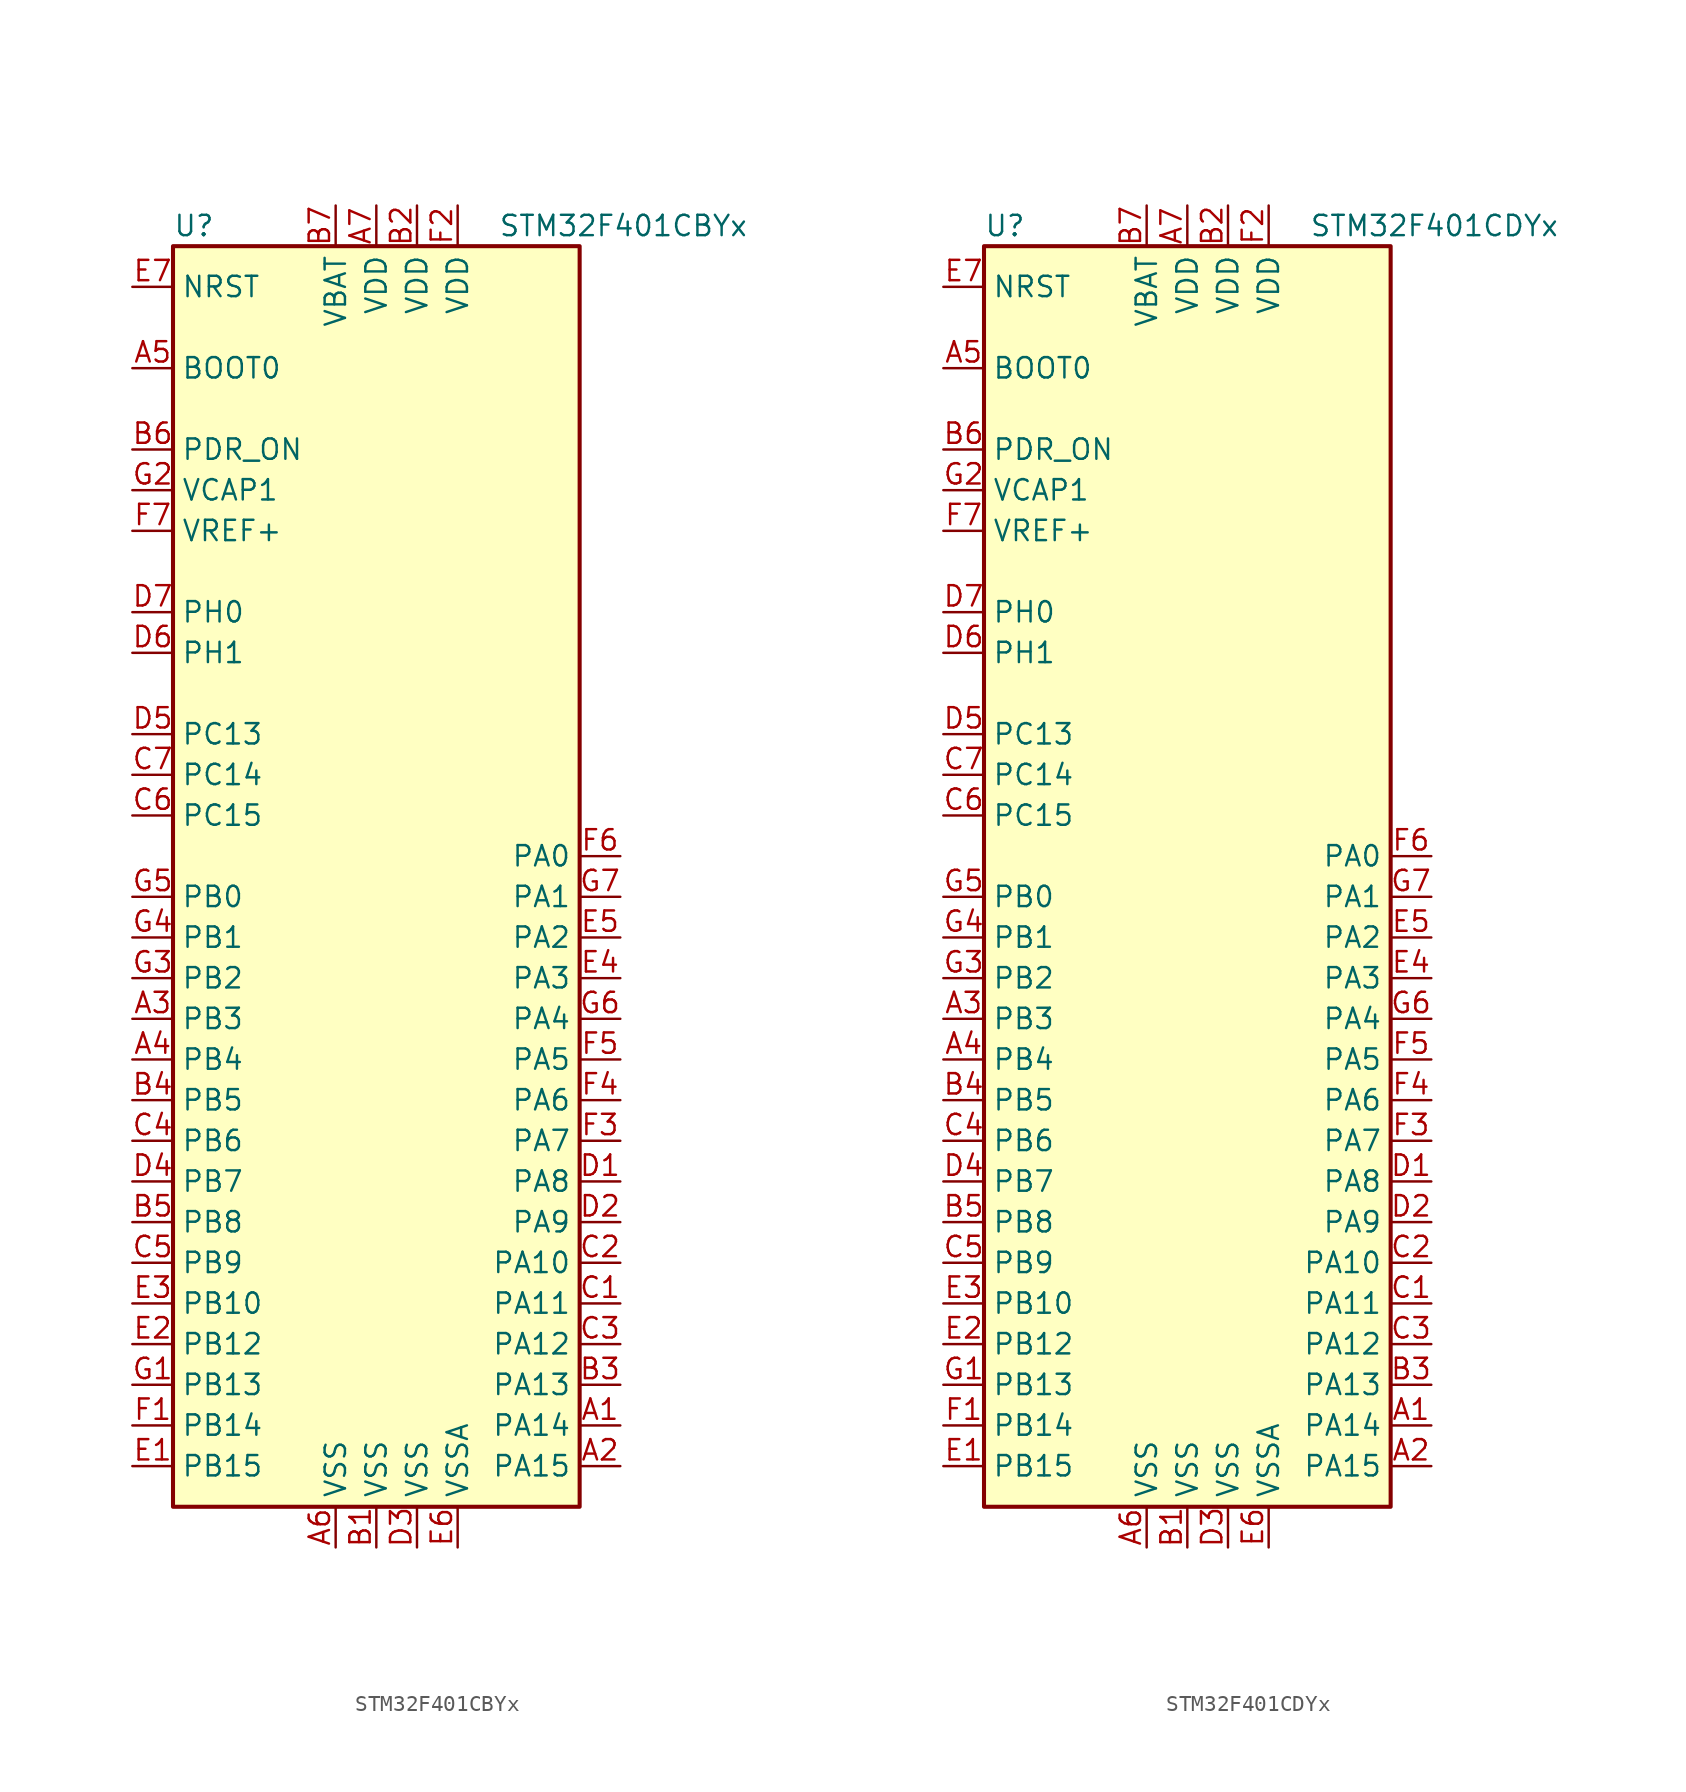
<source format=kicad_sym>
(kicad_symbol_lib
  (version 20211014)
  (generator kicad_symbol_editor)
  (symbol "STM32F401CBYx"
    (property "Reference" "U"
      (at -12.7 39.37 0)
      (effects (font (size 1.27 1.27)) (justify left)))
    (property "Value" "STM32F401CBYx"
      (at 7.62 39.37 0)
      (effects (font (size 1.27 1.27)) (justify left)))
    (symbol "STM32F401CBYx_0_1"
      (rectangle (start -12.7 -40.64) (end 12.7 38.1) (stroke (width 0.254) (type default) (color 0 0 0 0)) (fill (type background))))
    (symbol "STM32F401CBYx_1_1"
      (pin bidirectional line (at 15.24 -35.56 180) (length 2.54) (name "PA14" (effects (font (size 1.27 1.27)))) (number "A1" (effects (font (size 1.27 1.27)))))
      (pin bidirectional line (at 15.24 -38.1 180) (length 2.54) (name "PA15" (effects (font (size 1.27 1.27)))) (number "A2" (effects (font (size 1.27 1.27)))))
      (pin bidirectional line (at -15.24 -10.16 0) (length 2.54) (name "PB3" (effects (font (size 1.27 1.27)))) (number "A3" (effects (font (size 1.27 1.27)))))
      (pin bidirectional line (at -15.24 -12.7 0) (length 2.54) (name "PB4" (effects (font (size 1.27 1.27)))) (number "A4" (effects (font (size 1.27 1.27)))))
      (pin input line (at -15.24 30.48 0) (length 2.54) (name "BOOT0" (effects (font (size 1.27 1.27)))) (number "A5" (effects (font (size 1.27 1.27)))))
      (pin power_in line (at -2.54 -43.18 90) (length 2.54) (name "VSS" (effects (font (size 1.27 1.27)))) (number "A6" (effects (font (size 1.27 1.27)))))
      (pin power_in line (at 0 40.64 270) (length 2.54) (name "VDD" (effects (font (size 1.27 1.27)))) (number "A7" (effects (font (size 1.27 1.27)))))
      (pin power_in line (at 0 -43.18 90) (length 2.54) (name "VSS" (effects (font (size 1.27 1.27)))) (number "B1" (effects (font (size 1.27 1.27)))))
      (pin power_in line (at 2.54 40.64 270) (length 2.54) (name "VDD" (effects (font (size 1.27 1.27)))) (number "B2" (effects (font (size 1.27 1.27)))))
      (pin bidirectional line (at 15.24 -33.02 180) (length 2.54) (name "PA13" (effects (font (size 1.27 1.27)))) (number "B3" (effects (font (size 1.27 1.27)))))
      (pin bidirectional line (at -15.24 -15.24 0) (length 2.54) (name "PB5" (effects (font (size 1.27 1.27)))) (number "B4" (effects (font (size 1.27 1.27)))))
      (pin bidirectional line (at -15.24 -22.86 0) (length 2.54) (name "PB8" (effects (font (size 1.27 1.27)))) (number "B5" (effects (font (size 1.27 1.27)))))
      (pin power_in line (at -15.24 25.4 0) (length 2.54) (name "PDR_ON" (effects (font (size 1.27 1.27)))) (number "B6" (effects (font (size 1.27 1.27)))))
      (pin power_in line (at -2.54 40.64 270) (length 2.54) (name "VBAT" (effects (font (size 1.27 1.27)))) (number "B7" (effects (font (size 1.27 1.27)))))
      (pin bidirectional line (at 15.24 -27.94 180) (length 2.54) (name "PA11" (effects (font (size 1.27 1.27)))) (number "C1" (effects (font (size 1.27 1.27)))))
      (pin bidirectional line (at 15.24 -25.4 180) (length 2.54) (name "PA10" (effects (font (size 1.27 1.27)))) (number "C2" (effects (font (size 1.27 1.27)))))
      (pin bidirectional line (at 15.24 -30.48 180) (length 2.54) (name "PA12" (effects (font (size 1.27 1.27)))) (number "C3" (effects (font (size 1.27 1.27)))))
      (pin bidirectional line (at -15.24 -17.78 0) (length 2.54) (name "PB6" (effects (font (size 1.27 1.27)))) (number "C4" (effects (font (size 1.27 1.27)))))
      (pin bidirectional line (at -15.24 -25.4 0) (length 2.54) (name "PB9" (effects (font (size 1.27 1.27)))) (number "C5" (effects (font (size 1.27 1.27)))))
      (pin bidirectional line (at -15.24 2.54 0) (length 2.54) (name "PC15" (effects (font (size 1.27 1.27)))) (number "C6" (effects (font (size 1.27 1.27)))))
      (pin bidirectional line (at -15.24 5.08 0) (length 2.54) (name "PC14" (effects (font (size 1.27 1.27)))) (number "C7" (effects (font (size 1.27 1.27)))))
      (pin bidirectional line (at 15.24 -20.32 180) (length 2.54) (name "PA8" (effects (font (size 1.27 1.27)))) (number "D1" (effects (font (size 1.27 1.27)))))
      (pin bidirectional line (at 15.24 -22.86 180) (length 2.54) (name "PA9" (effects (font (size 1.27 1.27)))) (number "D2" (effects (font (size 1.27 1.27)))))
      (pin power_in line (at 2.54 -43.18 90) (length 2.54) (name "VSS" (effects (font (size 1.27 1.27)))) (number "D3" (effects (font (size 1.27 1.27)))))
      (pin bidirectional line (at -15.24 -20.32 0) (length 2.54) (name "PB7" (effects (font (size 1.27 1.27)))) (number "D4" (effects (font (size 1.27 1.27)))))
      (pin bidirectional line (at -15.24 7.62 0) (length 2.54) (name "PC13" (effects (font (size 1.27 1.27)))) (number "D5" (effects (font (size 1.27 1.27)))))
      (pin input line (at -15.24 12.7 0) (length 2.54) (name "PH1" (effects (font (size 1.27 1.27)))) (number "D6" (effects (font (size 1.27 1.27)))))
      (pin input line (at -15.24 15.24 0) (length 2.54) (name "PH0" (effects (font (size 1.27 1.27)))) (number "D7" (effects (font (size 1.27 1.27)))))
      (pin bidirectional line (at -15.24 -38.1 0) (length 2.54) (name "PB15" (effects (font (size 1.27 1.27)))) (number "E1" (effects (font (size 1.27 1.27)))))
      (pin bidirectional line (at -15.24 -30.48 0) (length 2.54) (name "PB12" (effects (font (size 1.27 1.27)))) (number "E2" (effects (font (size 1.27 1.27)))))
      (pin bidirectional line (at -15.24 -27.94 0) (length 2.54) (name "PB10" (effects (font (size 1.27 1.27)))) (number "E3" (effects (font (size 1.27 1.27)))))
      (pin bidirectional line (at 15.24 -7.62 180) (length 2.54) (name "PA3" (effects (font (size 1.27 1.27)))) (number "E4" (effects (font (size 1.27 1.27)))))
      (pin bidirectional line (at 15.24 -5.08 180) (length 2.54) (name "PA2" (effects (font (size 1.27 1.27)))) (number "E5" (effects (font (size 1.27 1.27)))))
      (pin power_in line (at 5.08 -43.18 90) (length 2.54) (name "VSSA" (effects (font (size 1.27 1.27)))) (number "E6" (effects (font (size 1.27 1.27)))))
      (pin input line (at -15.24 35.56 0) (length 2.54) (name "NRST" (effects (font (size 1.27 1.27)))) (number "E7" (effects (font (size 1.27 1.27)))))
      (pin bidirectional line (at -15.24 -35.56 0) (length 2.54) (name "PB14" (effects (font (size 1.27 1.27)))) (number "F1" (effects (font (size 1.27 1.27)))))
      (pin power_in line (at 5.08 40.64 270) (length 2.54) (name "VDD" (effects (font (size 1.27 1.27)))) (number "F2" (effects (font (size 1.27 1.27)))))
      (pin bidirectional line (at 15.24 -17.78 180) (length 2.54) (name "PA7" (effects (font (size 1.27 1.27)))) (number "F3" (effects (font (size 1.27 1.27)))))
      (pin bidirectional line (at 15.24 -15.24 180) (length 2.54) (name "PA6" (effects (font (size 1.27 1.27)))) (number "F4" (effects (font (size 1.27 1.27)))))
      (pin bidirectional line (at 15.24 -12.7 180) (length 2.54) (name "PA5" (effects (font (size 1.27 1.27)))) (number "F5" (effects (font (size 1.27 1.27)))))
      (pin bidirectional line (at 15.24 0 180) (length 2.54) (name "PA0" (effects (font (size 1.27 1.27)))) (number "F6" (effects (font (size 1.27 1.27)))))
      (pin power_in line (at -15.24 20.32 0) (length 2.54) (name "VREF+" (effects (font (size 1.27 1.27)))) (number "F7" (effects (font (size 1.27 1.27)))))
      (pin bidirectional line (at -15.24 -33.02 0) (length 2.54) (name "PB13" (effects (font (size 1.27 1.27)))) (number "G1" (effects (font (size 1.27 1.27)))))
      (pin power_in line (at -15.24 22.86 0) (length 2.54) (name "VCAP1" (effects (font (size 1.27 1.27)))) (number "G2" (effects (font (size 1.27 1.27)))))
      (pin bidirectional line (at -15.24 -7.62 0) (length 2.54) (name "PB2" (effects (font (size 1.27 1.27)))) (number "G3" (effects (font (size 1.27 1.27)))))
      (pin bidirectional line (at -15.24 -5.08 0) (length 2.54) (name "PB1" (effects (font (size 1.27 1.27)))) (number "G4" (effects (font (size 1.27 1.27)))))
      (pin bidirectional line (at -15.24 -2.54 0) (length 2.54) (name "PB0" (effects (font (size 1.27 1.27)))) (number "G5" (effects (font (size 1.27 1.27)))))
      (pin bidirectional line (at 15.24 -10.16 180) (length 2.54) (name "PA4" (effects (font (size 1.27 1.27)))) (number "G6" (effects (font (size 1.27 1.27)))))
      (pin bidirectional line (at 15.24 -2.54 180) (length 2.54) (name "PA1" (effects (font (size 1.27 1.27)))) (number "G7" (effects (font (size 1.27 1.27)))))))
  (symbol "STM32F401CDYx"
    (property "Reference" "U"
      (at -12.7 39.37 0)
      (effects (font (size 1.27 1.27)) (justify left)))
    (property "Value" "STM32F401CDYx"
      (at 7.62 39.37 0)
      (effects (font (size 1.27 1.27)) (justify left)))
    (symbol "STM32F401CDYx_0_1"
      (rectangle (start -12.7 -40.64) (end 12.7 38.1) (stroke (width 0.254) (type default) (color 0 0 0 0)) (fill (type background))))
    (symbol "STM32F401CDYx_1_1"
      (pin bidirectional line (at 15.24 -35.56 180) (length 2.54) (name "PA14" (effects (font (size 1.27 1.27)))) (number "A1" (effects (font (size 1.27 1.27)))))
      (pin bidirectional line (at 15.24 -38.1 180) (length 2.54) (name "PA15" (effects (font (size 1.27 1.27)))) (number "A2" (effects (font (size 1.27 1.27)))))
      (pin bidirectional line (at -15.24 -10.16 0) (length 2.54) (name "PB3" (effects (font (size 1.27 1.27)))) (number "A3" (effects (font (size 1.27 1.27)))))
      (pin bidirectional line (at -15.24 -12.7 0) (length 2.54) (name "PB4" (effects (font (size 1.27 1.27)))) (number "A4" (effects (font (size 1.27 1.27)))))
      (pin input line (at -15.24 30.48 0) (length 2.54) (name "BOOT0" (effects (font (size 1.27 1.27)))) (number "A5" (effects (font (size 1.27 1.27)))))
      (pin power_in line (at -2.54 -43.18 90) (length 2.54) (name "VSS" (effects (font (size 1.27 1.27)))) (number "A6" (effects (font (size 1.27 1.27)))))
      (pin power_in line (at 0 40.64 270) (length 2.54) (name "VDD" (effects (font (size 1.27 1.27)))) (number "A7" (effects (font (size 1.27 1.27)))))
      (pin power_in line (at 0 -43.18 90) (length 2.54) (name "VSS" (effects (font (size 1.27 1.27)))) (number "B1" (effects (font (size 1.27 1.27)))))
      (pin power_in line (at 2.54 40.64 270) (length 2.54) (name "VDD" (effects (font (size 1.27 1.27)))) (number "B2" (effects (font (size 1.27 1.27)))))
      (pin bidirectional line (at 15.24 -33.02 180) (length 2.54) (name "PA13" (effects (font (size 1.27 1.27)))) (number "B3" (effects (font (size 1.27 1.27)))))
      (pin bidirectional line (at -15.24 -15.24 0) (length 2.54) (name "PB5" (effects (font (size 1.27 1.27)))) (number "B4" (effects (font (size 1.27 1.27)))))
      (pin bidirectional line (at -15.24 -22.86 0) (length 2.54) (name "PB8" (effects (font (size 1.27 1.27)))) (number "B5" (effects (font (size 1.27 1.27)))))
      (pin power_in line (at -15.24 25.4 0) (length 2.54) (name "PDR_ON" (effects (font (size 1.27 1.27)))) (number "B6" (effects (font (size 1.27 1.27)))))
      (pin power_in line (at -2.54 40.64 270) (length 2.54) (name "VBAT" (effects (font (size 1.27 1.27)))) (number "B7" (effects (font (size 1.27 1.27)))))
      (pin bidirectional line (at 15.24 -27.94 180) (length 2.54) (name "PA11" (effects (font (size 1.27 1.27)))) (number "C1" (effects (font (size 1.27 1.27)))))
      (pin bidirectional line (at 15.24 -25.4 180) (length 2.54) (name "PA10" (effects (font (size 1.27 1.27)))) (number "C2" (effects (font (size 1.27 1.27)))))
      (pin bidirectional line (at 15.24 -30.48 180) (length 2.54) (name "PA12" (effects (font (size 1.27 1.27)))) (number "C3" (effects (font (size 1.27 1.27)))))
      (pin bidirectional line (at -15.24 -17.78 0) (length 2.54) (name "PB6" (effects (font (size 1.27 1.27)))) (number "C4" (effects (font (size 1.27 1.27)))))
      (pin bidirectional line (at -15.24 -25.4 0) (length 2.54) (name "PB9" (effects (font (size 1.27 1.27)))) (number "C5" (effects (font (size 1.27 1.27)))))
      (pin bidirectional line (at -15.24 2.54 0) (length 2.54) (name "PC15" (effects (font (size 1.27 1.27)))) (number "C6" (effects (font (size 1.27 1.27)))))
      (pin bidirectional line (at -15.24 5.08 0) (length 2.54) (name "PC14" (effects (font (size 1.27 1.27)))) (number "C7" (effects (font (size 1.27 1.27)))))
      (pin bidirectional line (at 15.24 -20.32 180) (length 2.54) (name "PA8" (effects (font (size 1.27 1.27)))) (number "D1" (effects (font (size 1.27 1.27)))))
      (pin bidirectional line (at 15.24 -22.86 180) (length 2.54) (name "PA9" (effects (font (size 1.27 1.27)))) (number "D2" (effects (font (size 1.27 1.27)))))
      (pin power_in line (at 2.54 -43.18 90) (length 2.54) (name "VSS" (effects (font (size 1.27 1.27)))) (number "D3" (effects (font (size 1.27 1.27)))))
      (pin bidirectional line (at -15.24 -20.32 0) (length 2.54) (name "PB7" (effects (font (size 1.27 1.27)))) (number "D4" (effects (font (size 1.27 1.27)))))
      (pin bidirectional line (at -15.24 7.62 0) (length 2.54) (name "PC13" (effects (font (size 1.27 1.27)))) (number "D5" (effects (font (size 1.27 1.27)))))
      (pin input line (at -15.24 12.7 0) (length 2.54) (name "PH1" (effects (font (size 1.27 1.27)))) (number "D6" (effects (font (size 1.27 1.27)))))
      (pin input line (at -15.24 15.24 0) (length 2.54) (name "PH0" (effects (font (size 1.27 1.27)))) (number "D7" (effects (font (size 1.27 1.27)))))
      (pin bidirectional line (at -15.24 -38.1 0) (length 2.54) (name "PB15" (effects (font (size 1.27 1.27)))) (number "E1" (effects (font (size 1.27 1.27)))))
      (pin bidirectional line (at -15.24 -30.48 0) (length 2.54) (name "PB12" (effects (font (size 1.27 1.27)))) (number "E2" (effects (font (size 1.27 1.27)))))
      (pin bidirectional line (at -15.24 -27.94 0) (length 2.54) (name "PB10" (effects (font (size 1.27 1.27)))) (number "E3" (effects (font (size 1.27 1.27)))))
      (pin bidirectional line (at 15.24 -7.62 180) (length 2.54) (name "PA3" (effects (font (size 1.27 1.27)))) (number "E4" (effects (font (size 1.27 1.27)))))
      (pin bidirectional line (at 15.24 -5.08 180) (length 2.54) (name "PA2" (effects (font (size 1.27 1.27)))) (number "E5" (effects (font (size 1.27 1.27)))))
      (pin power_in line (at 5.08 -43.18 90) (length 2.54) (name "VSSA" (effects (font (size 1.27 1.27)))) (number "E6" (effects (font (size 1.27 1.27)))))
      (pin input line (at -15.24 35.56 0) (length 2.54) (name "NRST" (effects (font (size 1.27 1.27)))) (number "E7" (effects (font (size 1.27 1.27)))))
      (pin bidirectional line (at -15.24 -35.56 0) (length 2.54) (name "PB14" (effects (font (size 1.27 1.27)))) (number "F1" (effects (font (size 1.27 1.27)))))
      (pin power_in line (at 5.08 40.64 270) (length 2.54) (name "VDD" (effects (font (size 1.27 1.27)))) (number "F2" (effects (font (size 1.27 1.27)))))
      (pin bidirectional line (at 15.24 -17.78 180) (length 2.54) (name "PA7" (effects (font (size 1.27 1.27)))) (number "F3" (effects (font (size 1.27 1.27)))))
      (pin bidirectional line (at 15.24 -15.24 180) (length 2.54) (name "PA6" (effects (font (size 1.27 1.27)))) (number "F4" (effects (font (size 1.27 1.27)))))
      (pin bidirectional line (at 15.24 -12.7 180) (length 2.54) (name "PA5" (effects (font (size 1.27 1.27)))) (number "F5" (effects (font (size 1.27 1.27)))))
      (pin bidirectional line (at 15.24 0 180) (length 2.54) (name "PA0" (effects (font (size 1.27 1.27)))) (number "F6" (effects (font (size 1.27 1.27)))))
      (pin power_in line (at -15.24 20.32 0) (length 2.54) (name "VREF+" (effects (font (size 1.27 1.27)))) (number "F7" (effects (font (size 1.27 1.27)))))
      (pin bidirectional line (at -15.24 -33.02 0) (length 2.54) (name "PB13" (effects (font (size 1.27 1.27)))) (number "G1" (effects (font (size 1.27 1.27)))))
      (pin power_in line (at -15.24 22.86 0) (length 2.54) (name "VCAP1" (effects (font (size 1.27 1.27)))) (number "G2" (effects (font (size 1.27 1.27)))))
      (pin bidirectional line (at -15.24 -7.62 0) (length 2.54) (name "PB2" (effects (font (size 1.27 1.27)))) (number "G3" (effects (font (size 1.27 1.27)))))
      (pin bidirectional line (at -15.24 -5.08 0) (length 2.54) (name "PB1" (effects (font (size 1.27 1.27)))) (number "G4" (effects (font (size 1.27 1.27)))))
      (pin bidirectional line (at -15.24 -2.54 0) (length 2.54) (name "PB0" (effects (font (size 1.27 1.27)))) (number "G5" (effects (font (size 1.27 1.27)))))
      (pin bidirectional line (at 15.24 -10.16 180) (length 2.54) (name "PA4" (effects (font (size 1.27 1.27)))) (number "G6" (effects (font (size 1.27 1.27)))))
      (pin bidirectional line (at 15.24 -2.54 180) (length 2.54) (name "PA1" (effects (font (size 1.27 1.27)))) (number "G7" (effects (font (size 1.27 1.27))))))))
</source>
